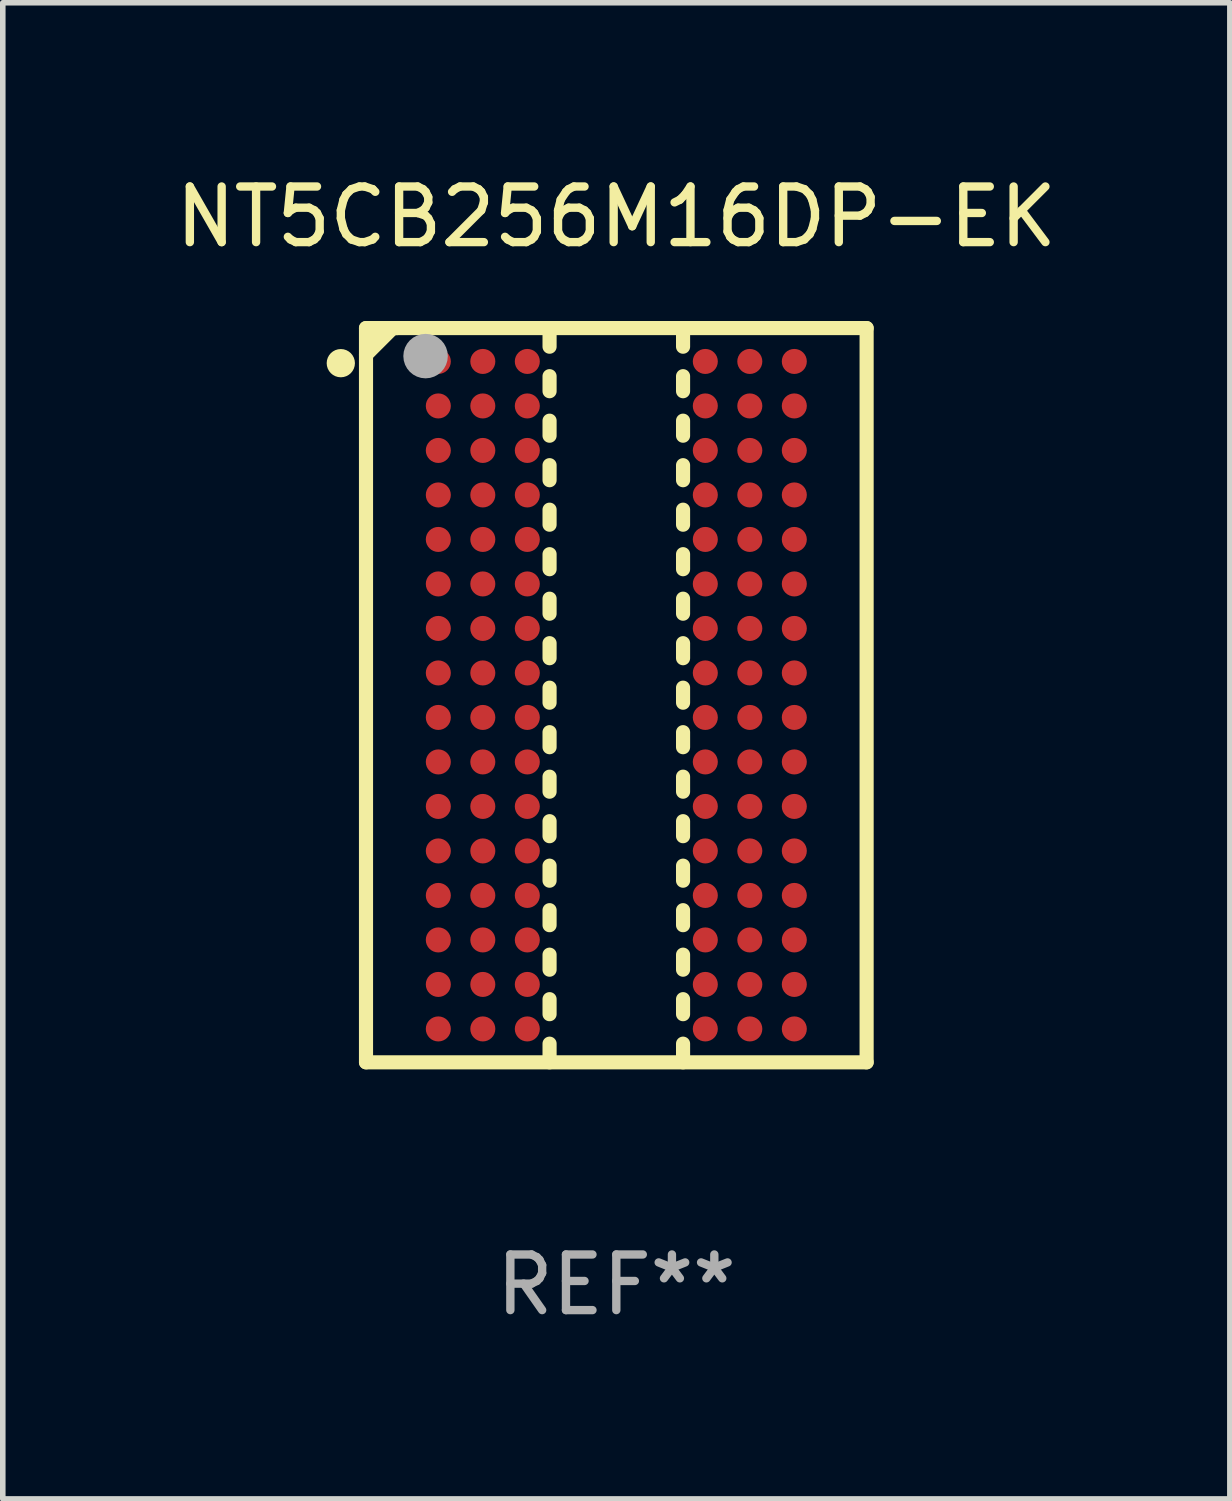
<source format=kicad_pcb>
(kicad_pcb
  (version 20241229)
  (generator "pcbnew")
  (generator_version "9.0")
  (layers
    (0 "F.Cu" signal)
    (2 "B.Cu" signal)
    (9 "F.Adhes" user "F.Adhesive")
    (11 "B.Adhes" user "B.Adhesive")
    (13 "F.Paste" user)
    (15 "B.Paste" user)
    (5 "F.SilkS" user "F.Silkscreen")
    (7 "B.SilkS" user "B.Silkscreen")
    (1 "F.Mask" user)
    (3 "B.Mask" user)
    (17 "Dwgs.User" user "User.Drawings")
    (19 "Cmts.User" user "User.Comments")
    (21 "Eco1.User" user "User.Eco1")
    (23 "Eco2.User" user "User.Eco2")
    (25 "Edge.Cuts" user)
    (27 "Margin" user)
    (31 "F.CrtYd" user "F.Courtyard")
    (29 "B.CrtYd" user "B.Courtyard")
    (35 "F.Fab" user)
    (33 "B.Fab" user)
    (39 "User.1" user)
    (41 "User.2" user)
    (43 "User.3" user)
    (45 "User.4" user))
  (footprint "NT5CB256M16DP-EK"
    (layer "F.Cu")
    (at 8.03 9.448)
    (property "Reference" "NT5CB256M16DP-EK" (at 0 -8.6 0) (layer "F.SilkS") (effects (font (size 1 1) (thickness 0.15))))
    (attr through_hole)
    (fp_line (start -4.5 -6.6) (end -4.5 6.6) (stroke (width 0.254) (type solid)) (layer "F.SilkS"))
    (fp_line (start -4.5 -6.6) (end 4.5 -6.6) (stroke (width 0.254) (type solid)) (layer "F.SilkS"))
    (fp_line (start -4.5 6.6) (end 4.5 6.6) (stroke (width 0.254) (type solid)) (layer "F.SilkS"))
    (fp_line (start -4.179 -6.6) (end -4.179 -6.534) (stroke (width 0.254) (type solid)) (layer "F.SilkS"))
    (fp_line (start -4.179 -6.534) (end -4.37 -6.343) (stroke (width 0.254) (type solid)) (layer "F.SilkS"))
    (fp_line (start -4.019 -6.6) (end -4.5 -6.119) (stroke (width 0.254) (type solid)) (layer "F.SilkS"))
    (fp_line (start -3.94 -6.6) (end -4.019 -6.6) (stroke (width 0.254) (type solid)) (layer "F.SilkS"))
    (fp_line (start -1.2 -6.6) (end -1.2 -6.265) (stroke (width 0.254) (type solid)) (layer "F.SilkS"))
    (fp_line (start -1.2 -5.735) (end -1.2 -5.465) (stroke (width 0.254) (type solid)) (layer "F.SilkS"))
    (fp_line (start -1.2 -4.935) (end -1.2 -4.665) (stroke (width 0.254) (type solid)) (layer "F.SilkS"))
    (fp_line (start -1.2 -4.135) (end -1.2 -3.865) (stroke (width 0.254) (type solid)) (layer "F.SilkS"))
    (fp_line (start -1.2 -3.335) (end -1.2 -3.065) (stroke (width 0.254) (type solid)) (layer "F.SilkS"))
    (fp_line (start -1.2 -2.535) (end -1.2 -2.265) (stroke (width 0.254) (type solid)) (layer "F.SilkS"))
    (fp_line (start -1.2 -1.735) (end -1.2 -1.465) (stroke (width 0.254) (type solid)) (layer "F.SilkS"))
    (fp_line (start -1.2 -0.935) (end -1.2 -0.665) (stroke (width 0.254) (type solid)) (layer "F.SilkS"))
    (fp_line (start -1.2 -0.135) (end -1.2 0.135) (stroke (width 0.254) (type solid)) (layer "F.SilkS"))
    (fp_line (start -1.2 0.665) (end -1.2 0.935) (stroke (width 0.254) (type solid)) (layer "F.SilkS"))
    (fp_line (start -1.2 1.465) (end -1.2 1.735) (stroke (width 0.254) (type solid)) (layer "F.SilkS"))
    (fp_line (start -1.2 2.265) (end -1.2 2.535) (stroke (width 0.254) (type solid)) (layer "F.SilkS"))
    (fp_line (start -1.2 3.065) (end -1.2 3.335) (stroke (width 0.254) (type solid)) (layer "F.SilkS"))
    (fp_line (start -1.2 3.865) (end -1.2 4.135) (stroke (width 0.254) (type solid)) (layer "F.SilkS"))
    (fp_line (start -1.2 4.665) (end -1.2 4.935) (stroke (width 0.254) (type solid)) (layer "F.SilkS"))
    (fp_line (start -1.2 5.465) (end -1.2 5.735) (stroke (width 0.254) (type solid)) (layer "F.SilkS"))
    (fp_line (start -1.2 6.265) (end -1.2 6.6) (stroke (width 0.254) (type solid)) (layer "F.SilkS"))
    (fp_line (start 1.2 -6.6) (end 1.2 -6.265) (stroke (width 0.254) (type solid)) (layer "F.SilkS"))
    (fp_line (start 1.2 -5.735) (end 1.2 -5.465) (stroke (width 0.254) (type solid)) (layer "F.SilkS"))
    (fp_line (start 1.2 -4.935) (end 1.2 -4.665) (stroke (width 0.254) (type solid)) (layer "F.SilkS"))
    (fp_line (start 1.2 -4.135) (end 1.2 -3.865) (stroke (width 0.254) (type solid)) (layer "F.SilkS"))
    (fp_line (start 1.2 -3.335) (end 1.2 -3.065) (stroke (width 0.254) (type solid)) (layer "F.SilkS"))
    (fp_line (start 1.2 -2.535) (end 1.2 -2.265) (stroke (width 0.254) (type solid)) (layer "F.SilkS"))
    (fp_line (start 1.2 -1.735) (end 1.2 -1.465) (stroke (width 0.254) (type solid)) (layer "F.SilkS"))
    (fp_line (start 1.2 -0.935) (end 1.2 -0.665) (stroke (width 0.254) (type solid)) (layer "F.SilkS"))
    (fp_line (start 1.2 -0.135) (end 1.2 0.135) (stroke (width 0.254) (type solid)) (layer "F.SilkS"))
    (fp_line (start 1.2 0.665) (end 1.2 0.935) (stroke (width 0.254) (type solid)) (layer "F.SilkS"))
    (fp_line (start 1.2 1.465) (end 1.2 1.735) (stroke (width 0.254) (type solid)) (layer "F.SilkS"))
    (fp_line (start 1.2 2.265) (end 1.2 2.535) (stroke (width 0.254) (type solid)) (layer "F.SilkS"))
    (fp_line (start 1.2 3.065) (end 1.2 3.335) (stroke (width 0.254) (type solid)) (layer "F.SilkS"))
    (fp_line (start 1.2 3.865) (end 1.2 4.135) (stroke (width 0.254) (type solid)) (layer "F.SilkS"))
    (fp_line (start 1.2 4.665) (end 1.2 4.935) (stroke (width 0.254) (type solid)) (layer "F.SilkS"))
    (fp_line (start 1.2 5.465) (end 1.2 5.735) (stroke (width 0.254) (type solid)) (layer "F.SilkS"))
    (fp_line (start 1.2 6.265) (end 1.2 6.6) (stroke (width 0.254) (type solid)) (layer "F.SilkS"))
    (fp_line (start 4.5 -6.6) (end 4.5 6.6) (stroke (width 0.254) (type solid)) (layer "F.SilkS"))
    (fp_circle (center -4.953 -5.969) (end -4.826 -5.969) (stroke (width 0.254) (type solid)) (fill no) (layer "F.SilkS"))
    (fp_circle (center -4.5 -6.5) (end -4.47 -6.5) (stroke (width 0.06) (type solid)) (fill no) (layer "F.SilkS"))
    (fp_circle (center -3.429 -6.096) (end -3.229 -6.096) (stroke (width 0.4) (type solid)) (fill no) (layer "F.Fab"))
    (fp_text user "REF**" (at 0 10.6 0) (layer "F.Fab") (effects (font (size 1 1) (thickness 0.15))))
    (pad "A1" smd circle (at -3.2 -6) (size 0.45 0.45) (layers "F.Cu" "F.Mask" "F.Paste"))
    (pad "A2" smd circle (at -2.4 -6) (size 0.45 0.45) (layers "F.Cu" "F.Mask" "F.Paste"))
    (pad "A3" smd circle (at -1.6 -6) (size 0.45 0.45) (layers "F.Cu" "F.Mask" "F.Paste"))
    (pad "A7" smd circle (at 1.6 -6) (size 0.45 0.45) (layers "F.Cu" "F.Mask" "F.Paste"))
    (pad "A8" smd circle (at 2.4 -6) (size 0.45 0.45) (layers "F.Cu" "F.Mask" "F.Paste"))
    (pad "A9" smd circle (at 3.2 -6) (size 0.45 0.45) (layers "F.Cu" "F.Mask" "F.Paste"))
    (pad "B1" smd circle (at -3.2 -5.2) (size 0.45 0.45) (layers "F.Cu" "F.Mask" "F.Paste"))
    (pad "B2" smd circle (at -2.4 -5.2) (size 0.45 0.45) (layers "F.Cu" "F.Mask" "F.Paste"))
    (pad "B3" smd circle (at -1.6 -5.2) (size 0.45 0.45) (layers "F.Cu" "F.Mask" "F.Paste"))
    (pad "B7" smd circle (at 1.6 -5.2) (size 0.45 0.45) (layers "F.Cu" "F.Mask" "F.Paste"))
    (pad "B8" smd circle (at 2.4 -5.2) (size 0.45 0.45) (layers "F.Cu" "F.Mask" "F.Paste"))
    (pad "B9" smd circle (at 3.2 -5.2) (size 0.45 0.45) (layers "F.Cu" "F.Mask" "F.Paste"))
    (pad "C1" smd circle (at -3.2 -4.4) (size 0.45 0.45) (layers "F.Cu" "F.Mask" "F.Paste"))
    (pad "C2" smd circle (at -2.4 -4.4) (size 0.45 0.45) (layers "F.Cu" "F.Mask" "F.Paste"))
    (pad "C3" smd circle (at -1.6 -4.4) (size 0.45 0.45) (layers "F.Cu" "F.Mask" "F.Paste"))
    (pad "C7" smd circle (at 1.6 -4.4) (size 0.45 0.45) (layers "F.Cu" "F.Mask" "F.Paste"))
    (pad "C8" smd circle (at 2.4 -4.4) (size 0.45 0.45) (layers "F.Cu" "F.Mask" "F.Paste"))
    (pad "C9" smd circle (at 3.2 -4.4) (size 0.45 0.45) (layers "F.Cu" "F.Mask" "F.Paste"))
    (pad "D1" smd circle (at -3.2 -3.6) (size 0.45 0.45) (layers "F.Cu" "F.Mask" "F.Paste"))
    (pad "D2" smd circle (at -2.4 -3.6) (size 0.45 0.45) (layers "F.Cu" "F.Mask" "F.Paste"))
    (pad "D3" smd circle (at -1.6 -3.6) (size 0.45 0.45) (layers "F.Cu" "F.Mask" "F.Paste"))
    (pad "D7" smd circle (at 1.6 -3.6) (size 0.45 0.45) (layers "F.Cu" "F.Mask" "F.Paste"))
    (pad "D8" smd circle (at 2.4 -3.6) (size 0.45 0.45) (layers "F.Cu" "F.Mask" "F.Paste"))
    (pad "D9" smd circle (at 3.2 -3.6) (size 0.45 0.45) (layers "F.Cu" "F.Mask" "F.Paste"))
    (pad "E1" smd circle (at -3.2 -2.8) (size 0.45 0.45) (layers "F.Cu" "F.Mask" "F.Paste"))
    (pad "E2" smd circle (at -2.4 -2.8) (size 0.45 0.45) (layers "F.Cu" "F.Mask" "F.Paste"))
    (pad "E3" smd circle (at -1.6 -2.8) (size 0.45 0.45) (layers "F.Cu" "F.Mask" "F.Paste"))
    (pad "E7" smd circle (at 1.6 -2.8) (size 0.45 0.45) (layers "F.Cu" "F.Mask" "F.Paste"))
    (pad "E8" smd circle (at 2.4 -2.8) (size 0.45 0.45) (layers "F.Cu" "F.Mask" "F.Paste"))
    (pad "E9" smd circle (at 3.2 -2.8) (size 0.45 0.45) (layers "F.Cu" "F.Mask" "F.Paste"))
    (pad "F1" smd circle (at -3.2 -2) (size 0.45 0.45) (layers "F.Cu" "F.Mask" "F.Paste"))
    (pad "F2" smd circle (at -2.4 -2) (size 0.45 0.45) (layers "F.Cu" "F.Mask" "F.Paste"))
    (pad "F3" smd circle (at -1.6 -2) (size 0.45 0.45) (layers "F.Cu" "F.Mask" "F.Paste"))
    (pad "F7" smd circle (at 1.6 -2) (size 0.45 0.45) (layers "F.Cu" "F.Mask" "F.Paste"))
    (pad "F8" smd circle (at 2.4 -2) (size 0.45 0.45) (layers "F.Cu" "F.Mask" "F.Paste"))
    (pad "F9" smd circle (at 3.2 -2) (size 0.45 0.45) (layers "F.Cu" "F.Mask" "F.Paste"))
    (pad "G1" smd circle (at -3.2 -1.2) (size 0.45 0.45) (layers "F.Cu" "F.Mask" "F.Paste"))
    (pad "G2" smd circle (at -2.4 -1.2) (size 0.45 0.45) (layers "F.Cu" "F.Mask" "F.Paste"))
    (pad "G3" smd circle (at -1.6 -1.2) (size 0.45 0.45) (layers "F.Cu" "F.Mask" "F.Paste"))
    (pad "G7" smd circle (at 1.6 -1.2) (size 0.45 0.45) (layers "F.Cu" "F.Mask" "F.Paste"))
    (pad "G8" smd circle (at 2.4 -1.2) (size 0.45 0.45) (layers "F.Cu" "F.Mask" "F.Paste"))
    (pad "G9" smd circle (at 3.2 -1.2) (size 0.45 0.45) (layers "F.Cu" "F.Mask" "F.Paste"))
    (pad "H1" smd circle (at -3.2 -0.4) (size 0.45 0.45) (layers "F.Cu" "F.Mask" "F.Paste"))
    (pad "H2" smd circle (at -2.4 -0.4) (size 0.45 0.45) (layers "F.Cu" "F.Mask" "F.Paste"))
    (pad "H3" smd circle (at -1.6 -0.4) (size 0.45 0.45) (layers "F.Cu" "F.Mask" "F.Paste"))
    (pad "H7" smd circle (at 1.6 -0.4) (size 0.45 0.45) (layers "F.Cu" "F.Mask" "F.Paste"))
    (pad "H8" smd circle (at 2.4 -0.4) (size 0.45 0.45) (layers "F.Cu" "F.Mask" "F.Paste"))
    (pad "H9" smd circle (at 3.2 -0.4) (size 0.45 0.45) (layers "F.Cu" "F.Mask" "F.Paste"))
    (pad "J1" smd circle (at -3.2 0.4) (size 0.45 0.45) (layers "F.Cu" "F.Mask" "F.Paste"))
    (pad "J2" smd circle (at -2.4 0.4) (size 0.45 0.45) (layers "F.Cu" "F.Mask" "F.Paste"))
    (pad "J3" smd circle (at -1.6 0.4) (size 0.45 0.45) (layers "F.Cu" "F.Mask" "F.Paste"))
    (pad "J7" smd circle (at 1.6 0.4) (size 0.45 0.45) (layers "F.Cu" "F.Mask" "F.Paste"))
    (pad "J8" smd circle (at 2.4 0.4) (size 0.45 0.45) (layers "F.Cu" "F.Mask" "F.Paste"))
    (pad "J9" smd circle (at 3.2 0.4) (size 0.45 0.45) (layers "F.Cu" "F.Mask" "F.Paste"))
    (pad "K1" smd circle (at -3.2 1.2) (size 0.45 0.45) (layers "F.Cu" "F.Mask" "F.Paste"))
    (pad "K2" smd circle (at -2.4 1.2) (size 0.45 0.45) (layers "F.Cu" "F.Mask" "F.Paste"))
    (pad "K3" smd circle (at -1.6 1.2) (size 0.45 0.45) (layers "F.Cu" "F.Mask" "F.Paste"))
    (pad "K7" smd circle (at 1.6 1.2) (size 0.45 0.45) (layers "F.Cu" "F.Mask" "F.Paste"))
    (pad "K8" smd circle (at 2.4 1.2) (size 0.45 0.45) (layers "F.Cu" "F.Mask" "F.Paste"))
    (pad "K9" smd circle (at 3.2 1.2) (size 0.45 0.45) (layers "F.Cu" "F.Mask" "F.Paste"))
    (pad "L1" smd circle (at -3.2 2) (size 0.45 0.45) (layers "F.Cu" "F.Mask" "F.Paste"))
    (pad "L2" smd circle (at -2.4 2) (size 0.45 0.45) (layers "F.Cu" "F.Mask" "F.Paste"))
    (pad "L3" smd circle (at -1.6 2) (size 0.45 0.45) (layers "F.Cu" "F.Mask" "F.Paste"))
    (pad "L7" smd circle (at 1.6 2) (size 0.45 0.45) (layers "F.Cu" "F.Mask" "F.Paste"))
    (pad "L8" smd circle (at 2.4 2) (size 0.45 0.45) (layers "F.Cu" "F.Mask" "F.Paste"))
    (pad "L9" smd circle (at 3.2 2) (size 0.45 0.45) (layers "F.Cu" "F.Mask" "F.Paste"))
    (pad "M1" smd circle (at -3.2 2.8) (size 0.45 0.45) (layers "F.Cu" "F.Mask" "F.Paste"))
    (pad "M2" smd circle (at -2.4 2.8) (size 0.45 0.45) (layers "F.Cu" "F.Mask" "F.Paste"))
    (pad "M3" smd circle (at -1.6 2.8) (size 0.45 0.45) (layers "F.Cu" "F.Mask" "F.Paste"))
    (pad "M7" smd circle (at 1.6 2.8) (size 0.45 0.45) (layers "F.Cu" "F.Mask" "F.Paste"))
    (pad "M8" smd circle (at 2.4 2.8) (size 0.45 0.45) (layers "F.Cu" "F.Mask" "F.Paste"))
    (pad "M9" smd circle (at 3.2 2.8) (size 0.45 0.45) (layers "F.Cu" "F.Mask" "F.Paste"))
    (pad "N1" smd circle (at -3.2 3.6) (size 0.45 0.45) (layers "F.Cu" "F.Mask" "F.Paste"))
    (pad "N2" smd circle (at -2.4 3.6) (size 0.45 0.45) (layers "F.Cu" "F.Mask" "F.Paste"))
    (pad "N3" smd circle (at -1.6 3.6) (size 0.45 0.45) (layers "F.Cu" "F.Mask" "F.Paste"))
    (pad "N7" smd circle (at 1.6 3.6) (size 0.45 0.45) (layers "F.Cu" "F.Mask" "F.Paste"))
    (pad "N8" smd circle (at 2.4 3.6) (size 0.45 0.45) (layers "F.Cu" "F.Mask" "F.Paste"))
    (pad "N9" smd circle (at 3.2 3.6) (size 0.45 0.45) (layers "F.Cu" "F.Mask" "F.Paste"))
    (pad "P1" smd circle (at -3.2 4.4) (size 0.45 0.45) (layers "F.Cu" "F.Mask" "F.Paste"))
    (pad "P2" smd circle (at -2.4 4.4) (size 0.45 0.45) (layers "F.Cu" "F.Mask" "F.Paste"))
    (pad "P3" smd circle (at -1.6 4.4) (size 0.45 0.45) (layers "F.Cu" "F.Mask" "F.Paste"))
    (pad "P7" smd circle (at 1.6 4.4) (size 0.45 0.45) (layers "F.Cu" "F.Mask" "F.Paste"))
    (pad "P8" smd circle (at 2.4 4.4) (size 0.45 0.45) (layers "F.Cu" "F.Mask" "F.Paste"))
    (pad "P9" smd circle (at 3.2 4.4) (size 0.45 0.45) (layers "F.Cu" "F.Mask" "F.Paste"))
    (pad "R1" smd circle (at -3.2 5.2) (size 0.45 0.45) (layers "F.Cu" "F.Mask" "F.Paste"))
    (pad "R2" smd circle (at -2.4 5.2) (size 0.45 0.45) (layers "F.Cu" "F.Mask" "F.Paste"))
    (pad "R3" smd circle (at -1.6 5.2) (size 0.45 0.45) (layers "F.Cu" "F.Mask" "F.Paste"))
    (pad "R7" smd circle (at 1.6 5.2) (size 0.45 0.45) (layers "F.Cu" "F.Mask" "F.Paste"))
    (pad "R8" smd circle (at 2.4 5.2) (size 0.45 0.45) (layers "F.Cu" "F.Mask" "F.Paste"))
    (pad "R9" smd circle (at 3.2 5.2) (size 0.45 0.45) (layers "F.Cu" "F.Mask" "F.Paste"))
    (pad "T1" smd circle (at -3.2 6) (size 0.45 0.45) (layers "F.Cu" "F.Mask" "F.Paste"))
    (pad "T2" smd circle (at -2.4 6) (size 0.45 0.45) (layers "F.Cu" "F.Mask" "F.Paste"))
    (pad "T3" smd circle (at -1.6 6) (size 0.45 0.45) (layers "F.Cu" "F.Mask" "F.Paste"))
    (pad "T7" smd circle (at 1.6 6) (size 0.45 0.45) (layers "F.Cu" "F.Mask" "F.Paste"))
    (pad "T8" smd circle (at 2.4 6) (size 0.45 0.45) (layers "F.Cu" "F.Mask" "F.Paste"))
    (pad "T9" smd circle (at 3.2 6) (size 0.45 0.45) (layers "F.Cu" "F.Mask" "F.Paste")))
  (gr_rect
    (start -3 -3)
    (end 19.06 23.897)
    (stroke (width 0.1) (type default))
    (fill no)
    (layer "Edge.Cuts")))
</source>
